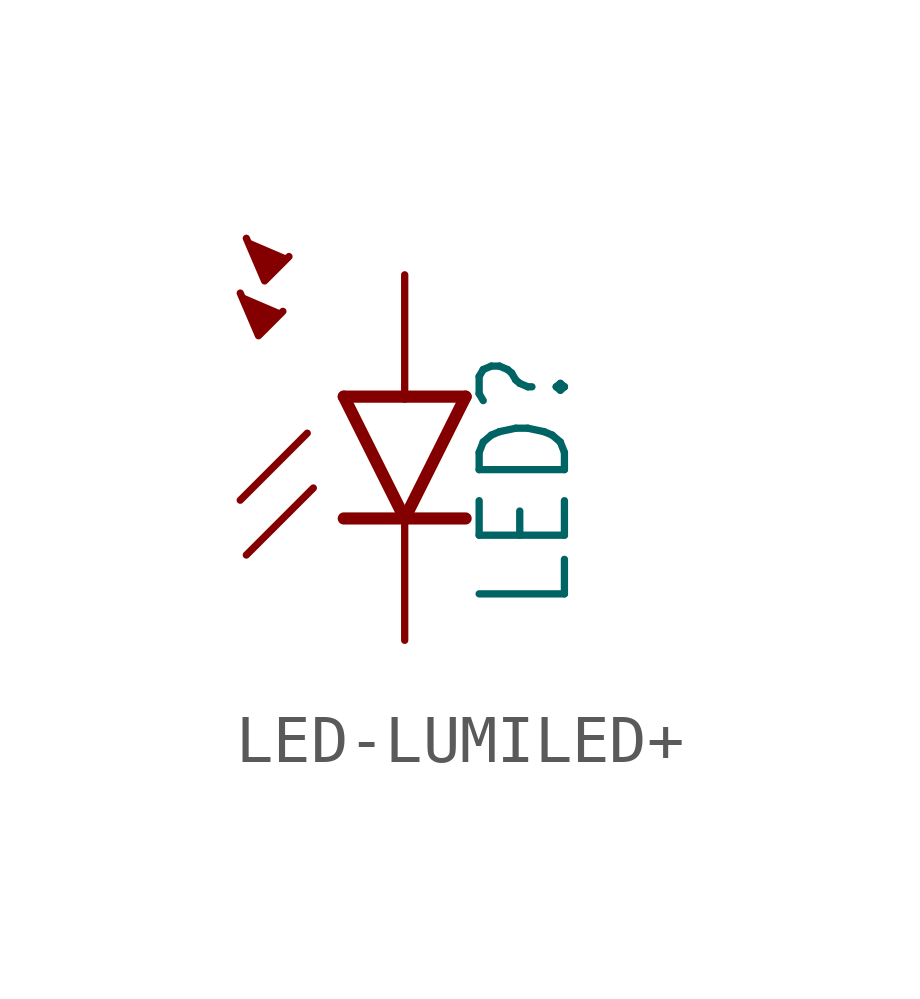
<source format=kicad_sym>
(kicad_symbol_lib
  (version 20241209)
  (generator "kicad_symbol_editor")
  (generator_version "9.0")
  (symbol "LED-LUMILED+"
    (property "Reference" "LED"
      (at 3.556 -4.572 90)
      (effects (font (size 1.778 1.511)) (justify left bottom)))
    (property "Value" ""
      (at 5.715 -4.572 90)
      (effects (font (size 1.778 1.511)) (justify left bottom)))
    (property "ki_locked" ""
      (at 0 0 0)
      (effects (font (size 1.27 1.27))))
    (symbol "LED-LUMILED+_1_0"
      (polyline (pts (xy -3.429 2.159) (xy -3.048 1.27) (xy -2.54 1.778)) (stroke (width 0.152) (type solid)) (fill (type outline)))
      (polyline (pts (xy -3.302 3.302) (xy -2.921 2.413) (xy -2.413 2.921)) (stroke (width 0.152) (type solid)) (fill (type outline)))
      (polyline (pts (xy -2.032 -0.762) (xy -3.429 -2.159)) (stroke (width 0.152) (type solid)) (fill (type none)))
      (polyline (pts (xy -1.905 -1.905) (xy -3.302 -3.302)) (stroke (width 0.152) (type solid)) (fill (type none)))
      (polyline (pts (xy 0 0) (xy -1.27 0)) (stroke (width 0.254) (type solid)) (fill (type none)))
      (polyline (pts (xy 0 -2.54) (xy -1.27 0)) (stroke (width 0.254) (type solid)) (fill (type none)))
      (polyline (pts (xy 0 -2.54) (xy -1.27 -2.54)) (stroke (width 0.254) (type solid)) (fill (type none)))
      (polyline (pts (xy 1.27 0) (xy 0 0)) (stroke (width 0.254) (type solid)) (fill (type none)))
      (polyline (pts (xy 1.27 0) (xy 0 -2.54)) (stroke (width 0.254) (type solid)) (fill (type none)))
      (polyline (pts (xy 1.27 -2.54) (xy 0 -2.54)) (stroke (width 0.254) (type solid)) (fill (type none)))
      (pin passive line (at 0 2.54 270) (length 2.54) (name "A" (effects (font (size 0 0)))) (number "2+" (effects (font (size 0 0)))))
      (pin passive line (at 0 -5.08 90) (length 2.54) (name "C" (effects (font (size 0 0)))) (number "4-" (effects (font (size 0 0))))))))
</source>
